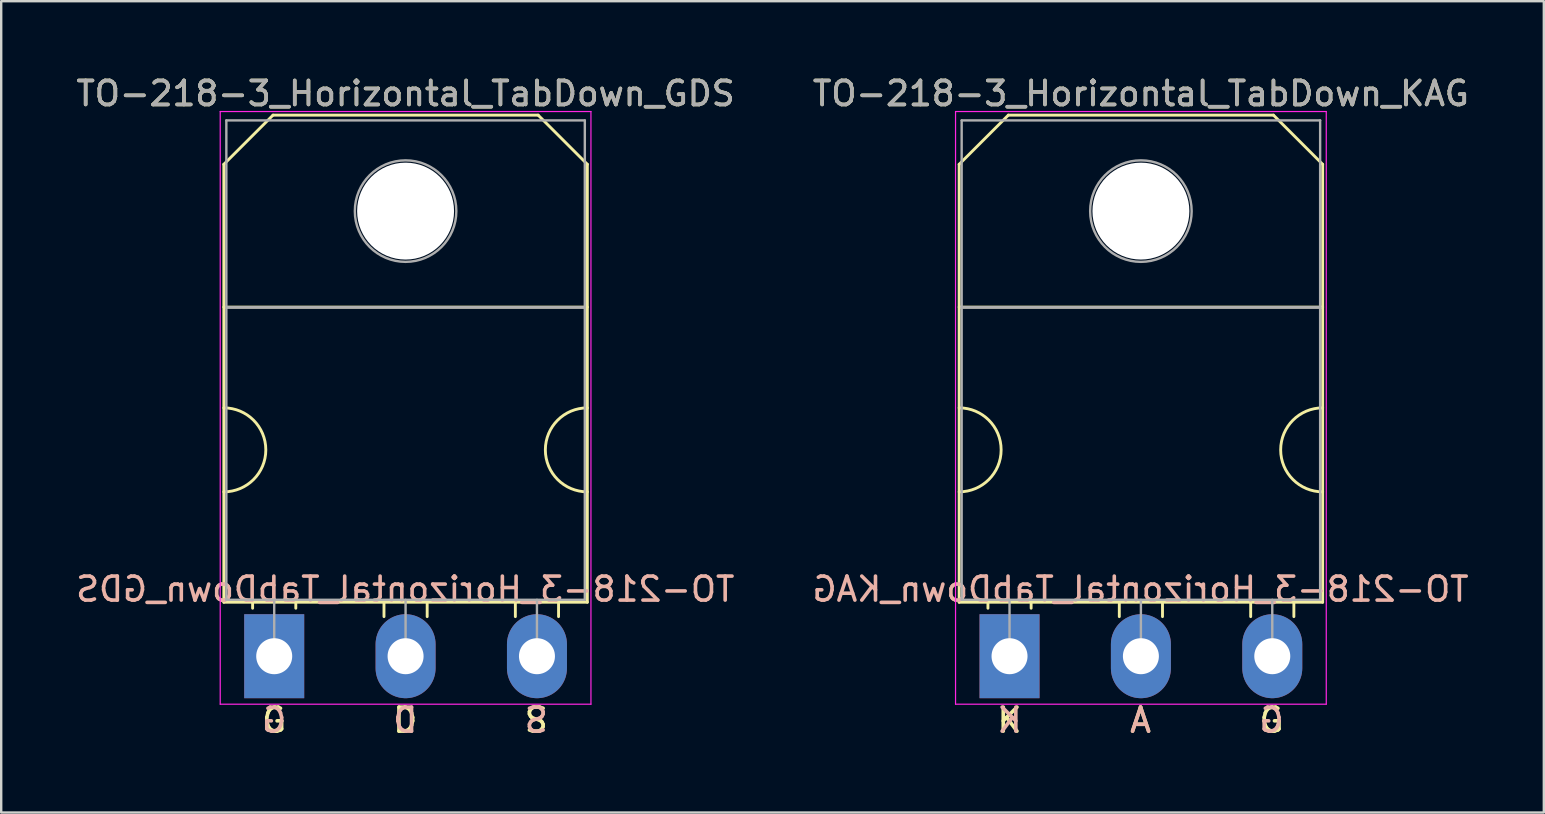
<source format=kicad_pcb>
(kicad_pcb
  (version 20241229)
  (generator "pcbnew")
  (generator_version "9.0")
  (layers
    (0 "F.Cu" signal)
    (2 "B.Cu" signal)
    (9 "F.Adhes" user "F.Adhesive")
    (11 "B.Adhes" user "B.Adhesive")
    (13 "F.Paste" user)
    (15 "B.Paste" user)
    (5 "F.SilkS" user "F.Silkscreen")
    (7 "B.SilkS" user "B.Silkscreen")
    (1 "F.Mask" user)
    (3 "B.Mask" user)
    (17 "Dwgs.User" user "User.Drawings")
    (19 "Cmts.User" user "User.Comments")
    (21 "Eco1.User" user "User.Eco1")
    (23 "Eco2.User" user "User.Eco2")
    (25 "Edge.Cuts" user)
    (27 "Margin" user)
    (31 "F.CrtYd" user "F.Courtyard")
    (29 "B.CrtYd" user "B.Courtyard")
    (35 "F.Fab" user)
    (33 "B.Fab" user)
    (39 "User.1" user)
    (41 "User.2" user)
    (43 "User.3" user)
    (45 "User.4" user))
  (footprint "TO-218-3_Horizontal_TabDown_GDS"
    (layer "F.Cu")
    (at 8.378 24.298)
    (property "Reference" "TO-218-3_Horizontal_TabDown_GDS" (at 5.475 -23.45 0) (layer "F.SilkS") (effects (font (size 1 1) (thickness 0.15))))
    (fp_line (start -2.1 -20.5) (end -0.05 -22.55) (stroke (width 0.12) (type solid)) (layer "F.SilkS"))
    (fp_line (start -2.1 -14.55) (end 13.05 -14.55) (stroke (width 0.12) (type solid)) (layer "F.SilkS"))
    (fp_line (start -2.1 -2.25) (end -2.1 -20.5) (stroke (width 0.12) (type solid)) (layer "F.SilkS"))
    (fp_line (start -0.9 -2.2) (end -0.9 -2) (stroke (width 0.12) (type solid)) (layer "F.SilkS"))
    (fp_line (start -0.05 -22.55) (end 11 -22.55) (stroke (width 0.12) (type solid)) (layer "F.SilkS"))
    (fp_line (start 0.9 -2.2) (end 0.9 -2) (stroke (width 0.12) (type solid)) (layer "F.SilkS"))
    (fp_line (start 4.575 -2.2) (end 4.575 -1.65) (stroke (width 0.12) (type solid)) (layer "F.SilkS"))
    (fp_line (start 6.375 -2.2) (end 6.375 -1.65) (stroke (width 0.12) (type solid)) (layer "F.SilkS"))
    (fp_line (start 10.05 -2.2) (end 10.05 -1.65) (stroke (width 0.12) (type solid)) (layer "F.SilkS"))
    (fp_line (start 11.85 -2.2) (end 11.85 -1.65) (stroke (width 0.12) (type solid)) (layer "F.SilkS"))
    (fp_line (start 13.05 -20.5) (end 11 -22.55) (stroke (width 0.12) (type solid)) (layer "F.SilkS"))
    (fp_line (start 13.05 -20.5) (end 13.05 -2.25) (stroke (width 0.12) (type solid)) (layer "F.SilkS"))
    (fp_line (start 13.05 -2.25) (end -2.1 -2.25) (stroke (width 0.12) (type solid)) (layer "F.SilkS"))
    (fp_arc (start -2.1 -10.35) (mid -0.35 -8.6) (end -2.1 -6.85) (stroke (width 0.12) (type solid)) (layer "F.SilkS"))
    (fp_arc (start 13.05 -6.85) (mid 11.3 -8.6) (end 13.05 -10.35) (stroke (width 0.12) (type solid)) (layer "F.SilkS"))
    (fp_line (start -2.25 -22.7) (end -2.25 2) (stroke (width 0.05) (type solid)) (layer "F.CrtYd"))
    (fp_line (start -2.25 2) (end 13.2 2) (stroke (width 0.05) (type solid)) (layer "F.CrtYd"))
    (fp_line (start 13.2 -22.7) (end -2.25 -22.7) (stroke (width 0.05) (type solid)) (layer "F.CrtYd"))
    (fp_line (start 13.2 2) (end 13.2 -22.7) (stroke (width 0.05) (type solid)) (layer "F.CrtYd"))
    (fp_line (start -1.995 -22.33) (end 12.945 -22.33) (stroke (width 0.1) (type solid)) (layer "F.Fab"))
    (fp_line (start -1.995 -14.54) (end -1.995 -22.33) (stroke (width 0.1) (type solid)) (layer "F.Fab"))
    (fp_line (start -1.995 -14.54) (end 12.945 -14.54) (stroke (width 0.1) (type solid)) (layer "F.Fab"))
    (fp_line (start -1.995 -2.35) (end -1.995 -14.54) (stroke (width 0.1) (type solid)) (layer "F.Fab"))
    (fp_line (start 0 -2.35) (end 0 0) (stroke (width 0.1) (type solid)) (layer "F.Fab"))
    (fp_line (start 5.475 -2.35) (end 5.475 0) (stroke (width 0.1) (type solid)) (layer "F.Fab"))
    (fp_line (start 10.95 -2.35) (end 10.95 0) (stroke (width 0.1) (type solid)) (layer "F.Fab"))
    (fp_line (start 12.945 -22.33) (end 12.945 -14.54) (stroke (width 0.1) (type solid)) (layer "F.Fab"))
    (fp_line (start 12.945 -14.54) (end -1.995 -14.54) (stroke (width 0.1) (type solid)) (layer "F.Fab"))
    (fp_line (start 12.945 -14.54) (end 12.945 -2.35) (stroke (width 0.1) (type solid)) (layer "F.Fab"))
    (fp_line (start 12.945 -2.35) (end -1.995 -2.35) (stroke (width 0.1) (type solid)) (layer "F.Fab"))
    (fp_circle (center 5.475 -18.55) (end 7.59 -18.55) (stroke (width 0.1) (type solid)) (fill no) (layer "F.Fab"))
    (fp_text user "D" (at 5.461 2.667 0) (unlocked yes) (layer "F.SilkS") (effects (font (size 1 1) (thickness 0.15))))
    (fp_text user "S" (at 10.922 2.667 0) (unlocked yes) (layer "F.SilkS") (effects (font (size 1 1) (thickness 0.15))))
    (fp_text user "G" (at 0 2.667 0) (unlocked yes) (layer "F.SilkS") (effects (font (size 1 1) (thickness 0.15))))
    (fp_text user "D" (at 5.461 2.667 0) (unlocked yes) (layer "B.SilkS") (effects (font (size 1 1) (thickness 0.15)) (justify mirror)))
    (fp_text user "G" (at 0 2.667 0) (unlocked yes) (layer "B.SilkS") (effects (font (size 1 1) (thickness 0.15)) (justify mirror)))
    (fp_text user "S" (at 10.922 2.667 0) (unlocked yes) (layer "B.SilkS") (effects (font (size 1 1) (thickness 0.15)) (justify mirror)))
    (fp_text user "${REFERENCE}" (at 5.461 -2.794 0) (layer "B.SilkS") (effects (font (size 1 1) (thickness 0.15)) (justify mirror)))
    (fp_text user "${REFERENCE}" (at 5.475 -23.45 0) (layer "F.Fab") (effects (font (size 1 1) (thickness 0.15))))
    (pad "" np_thru_hole oval (at 5.475 -18.55) (size 4.04 4.04) (drill 4.04) (layers "*.Cu" "*.Mask"))
    (pad "1" thru_hole rect (at 0 0) (size 2.5 3.5) (drill 1.5) (layers "*.Cu" "*.Mask"))
    (pad "2" thru_hole oval (at 5.475 0) (size 2.5 3.5) (drill 1.5) (layers "*.Cu" "*.Mask"))
    (pad "3" thru_hole oval (at 10.95 0) (size 2.5 3.5) (drill 1.5) (layers "*.Cu" "*.Mask")))
  (footprint "TO-218-3_Horizontal_TabDown_KAG"
    (layer "F.Cu")
    (at 39.023 24.298)
    (property "Reference" "TO-218-3_Horizontal_TabDown_KAG" (at 5.475 -23.45 0) (layer "F.SilkS") (effects (font (size 1 1) (thickness 0.15))))
    (fp_line (start -2.1 -20.5) (end -0.05 -22.55) (stroke (width 0.12) (type solid)) (layer "F.SilkS"))
    (fp_line (start -2.1 -14.55) (end 13.05 -14.55) (stroke (width 0.12) (type solid)) (layer "F.SilkS"))
    (fp_line (start -2.1 -2.25) (end -2.1 -20.5) (stroke (width 0.12) (type solid)) (layer "F.SilkS"))
    (fp_line (start -0.9 -2.2) (end -0.9 -2) (stroke (width 0.12) (type solid)) (layer "F.SilkS"))
    (fp_line (start -0.05 -22.55) (end 11 -22.55) (stroke (width 0.12) (type solid)) (layer "F.SilkS"))
    (fp_line (start 0.9 -2.2) (end 0.9 -2) (stroke (width 0.12) (type solid)) (layer "F.SilkS"))
    (fp_line (start 4.575 -2.2) (end 4.575 -1.65) (stroke (width 0.12) (type solid)) (layer "F.SilkS"))
    (fp_line (start 6.375 -2.2) (end 6.375 -1.65) (stroke (width 0.12) (type solid)) (layer "F.SilkS"))
    (fp_line (start 10.05 -2.2) (end 10.05 -1.65) (stroke (width 0.12) (type solid)) (layer "F.SilkS"))
    (fp_line (start 11.85 -2.2) (end 11.85 -1.65) (stroke (width 0.12) (type solid)) (layer "F.SilkS"))
    (fp_line (start 13.05 -20.5) (end 11 -22.55) (stroke (width 0.12) (type solid)) (layer "F.SilkS"))
    (fp_line (start 13.05 -20.5) (end 13.05 -2.25) (stroke (width 0.12) (type solid)) (layer "F.SilkS"))
    (fp_line (start 13.05 -2.25) (end -2.1 -2.25) (stroke (width 0.12) (type solid)) (layer "F.SilkS"))
    (fp_arc (start -2.1 -10.35) (mid -0.35 -8.6) (end -2.1 -6.85) (stroke (width 0.12) (type solid)) (layer "F.SilkS"))
    (fp_arc (start 13.05 -6.85) (mid 11.3 -8.6) (end 13.05 -10.35) (stroke (width 0.12) (type solid)) (layer "F.SilkS"))
    (fp_line (start -2.25 -22.7) (end -2.25 2) (stroke (width 0.05) (type solid)) (layer "F.CrtYd"))
    (fp_line (start -2.25 2) (end 13.2 2) (stroke (width 0.05) (type solid)) (layer "F.CrtYd"))
    (fp_line (start 13.2 -22.7) (end -2.25 -22.7) (stroke (width 0.05) (type solid)) (layer "F.CrtYd"))
    (fp_line (start 13.2 2) (end 13.2 -22.7) (stroke (width 0.05) (type solid)) (layer "F.CrtYd"))
    (fp_line (start -1.995 -22.33) (end 12.945 -22.33) (stroke (width 0.1) (type solid)) (layer "F.Fab"))
    (fp_line (start -1.995 -14.54) (end -1.995 -22.33) (stroke (width 0.1) (type solid)) (layer "F.Fab"))
    (fp_line (start -1.995 -14.54) (end 12.945 -14.54) (stroke (width 0.1) (type solid)) (layer "F.Fab"))
    (fp_line (start -1.995 -2.35) (end -1.995 -14.54) (stroke (width 0.1) (type solid)) (layer "F.Fab"))
    (fp_line (start 0 -2.35) (end 0 0) (stroke (width 0.1) (type solid)) (layer "F.Fab"))
    (fp_line (start 5.475 -2.35) (end 5.475 0) (stroke (width 0.1) (type solid)) (layer "F.Fab"))
    (fp_line (start 10.95 -2.35) (end 10.95 0) (stroke (width 0.1) (type solid)) (layer "F.Fab"))
    (fp_line (start 12.945 -22.33) (end 12.945 -14.54) (stroke (width 0.1) (type solid)) (layer "F.Fab"))
    (fp_line (start 12.945 -14.54) (end -1.995 -14.54) (stroke (width 0.1) (type solid)) (layer "F.Fab"))
    (fp_line (start 12.945 -14.54) (end 12.945 -2.35) (stroke (width 0.1) (type solid)) (layer "F.Fab"))
    (fp_line (start 12.945 -2.35) (end -1.995 -2.35) (stroke (width 0.1) (type solid)) (layer "F.Fab"))
    (fp_circle (center 5.475 -18.55) (end 7.59 -18.55) (stroke (width 0.1) (type solid)) (fill no) (layer "F.Fab"))
    (fp_text user "K" (at 0 2.667 0) (unlocked yes) (layer "F.SilkS") (effects (font (size 1 1) (thickness 0.15))))
    (fp_text user "A" (at 5.461 2.667 0) (unlocked yes) (layer "F.SilkS") (effects (font (size 1 1) (thickness 0.15))))
    (fp_text user "G" (at 10.922 2.667 0) (unlocked yes) (layer "F.SilkS") (effects (font (size 1 1) (thickness 0.15))))
    (fp_text user "${REFERENCE}" (at 5.461 -2.794 0) (layer "B.SilkS") (effects (font (size 1 1) (thickness 0.15)) (justify mirror)))
    (fp_text user "G" (at 10.922 2.667 0) (unlocked yes) (layer "B.SilkS") (effects (font (size 1 1) (thickness 0.15)) (justify mirror)))
    (fp_text user "A" (at 5.461 2.667 0) (unlocked yes) (layer "B.SilkS") (effects (font (size 1 1) (thickness 0.15)) (justify mirror)))
    (fp_text user "K" (at 0 2.667 0) (unlocked yes) (layer "B.SilkS") (effects (font (size 1 1) (thickness 0.15)) (justify mirror)))
    (fp_text user "${REFERENCE}" (at 5.475 -23.45 0) (layer "F.Fab") (effects (font (size 1 1) (thickness 0.15))))
    (pad "" np_thru_hole oval (at 5.475 -18.55) (size 4.04 4.04) (drill 4.04) (layers "*.Cu" "*.Mask"))
    (pad "1" thru_hole rect (at 0 0) (size 2.5 3.5) (drill 1.5) (layers "*.Cu" "*.Mask"))
    (pad "2" thru_hole oval (at 5.475 0) (size 2.5 3.5) (drill 1.5) (layers "*.Cu" "*.Mask"))
    (pad "3" thru_hole oval (at 10.95 0) (size 2.5 3.5) (drill 1.5) (layers "*.Cu" "*.Mask")))
  (gr_rect
    (start -3 -3)
    (end 61.29 30.814)
    (stroke (width 0.1) (type default))
    (fill no)
    (layer "Edge.Cuts")))
</source>
